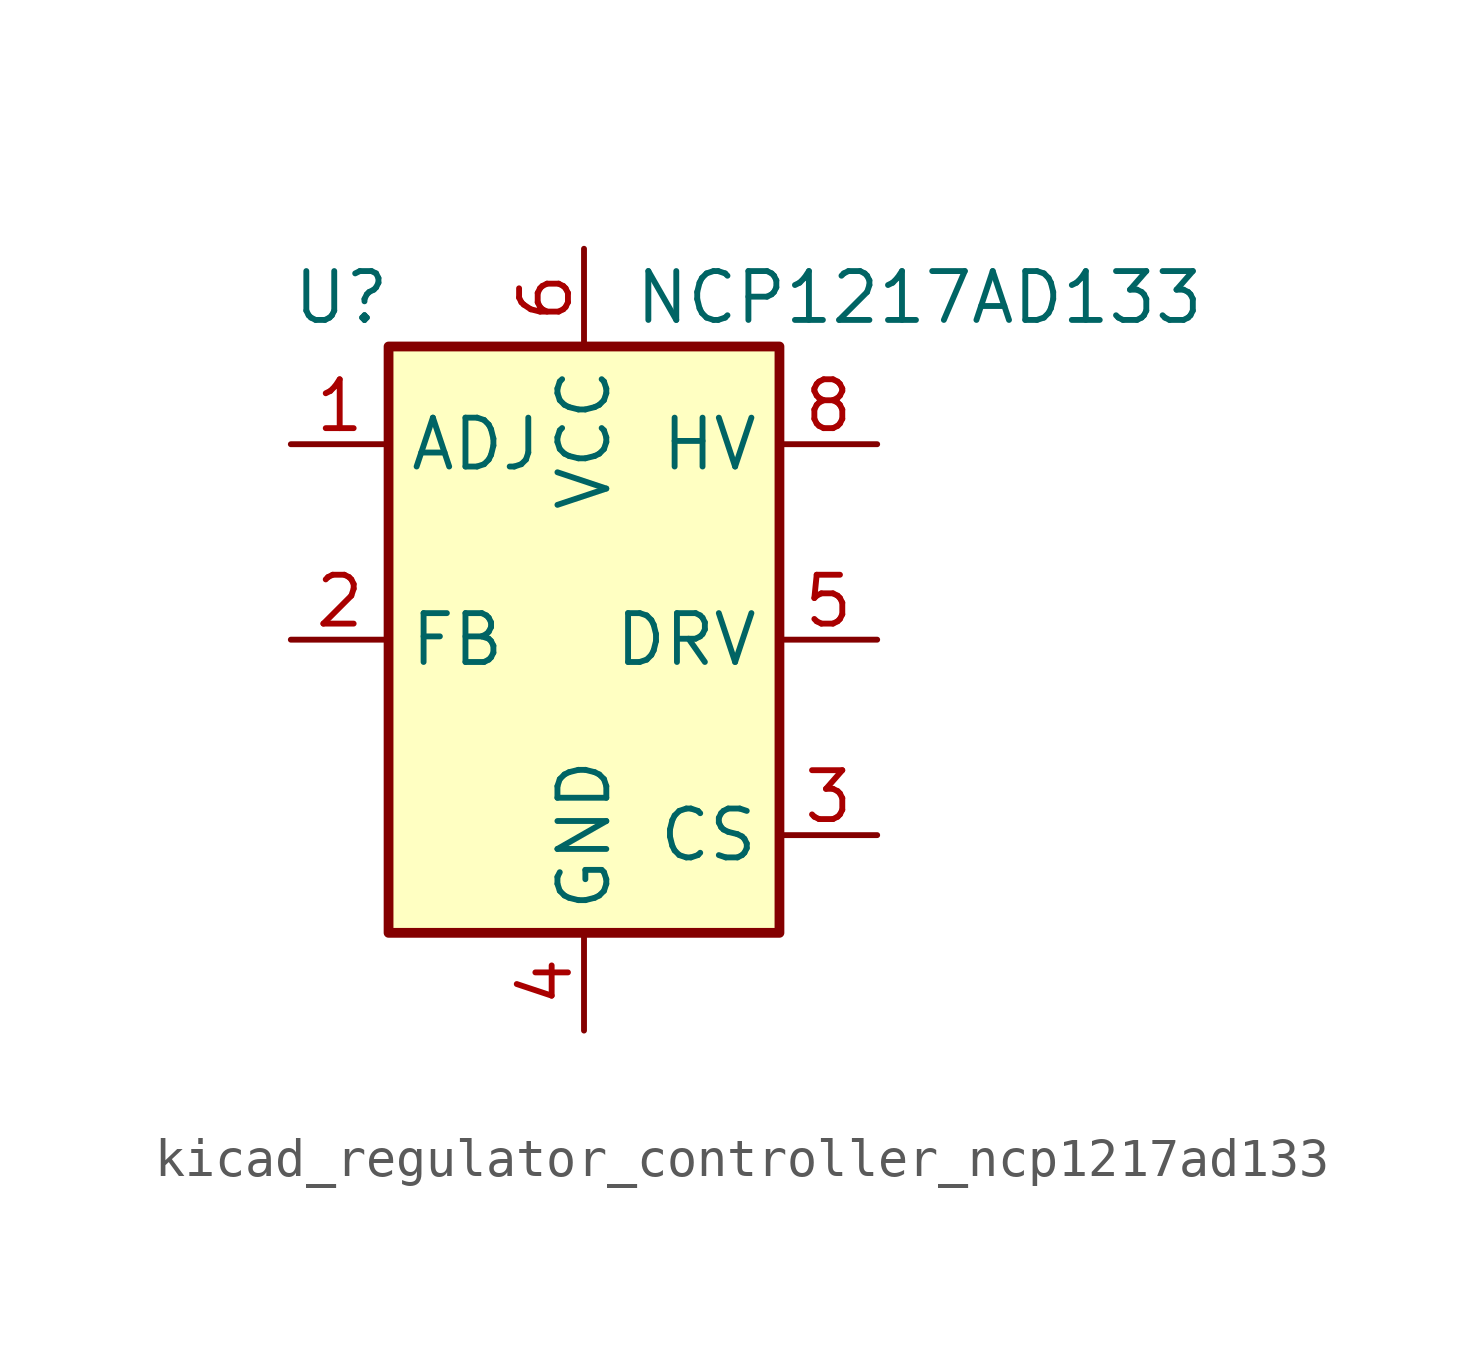
<source format=kicad_sym>
(kicad_symbol_lib
  (version 20220914)
  (generator kicad_symbol_editor)
  (symbol "kicad_regulator_controller_ncp1217ad133"
    (property "Reference" "U"
      (at -7.62 8.89 0)
      (effects (font (size 1.27 1.27)) (justify left)))
    (property "Value" "NCP1217AD133"
      (at 1.27 8.89 0)
      (effects (font (size 1.27 1.27)) (justify left)))
    (symbol "kicad_regulator_controller_ncp1217ad133_0_0"
      (rectangle (start -5.08 7.62) (end 5.08 -7.62) (stroke (width 0.254) (type default)) (fill (type background))))
    (symbol "kicad_regulator_controller_ncp1217ad133_1_1"
      (pin input line (at -7.62 5.08 0) (length 2.54) (name "ADJ" (effects (font (size 1.27 1.27)))) (number "1" (effects (font (size 1.27 1.27)))))
      (pin input line (at -7.62 0 0) (length 2.54) (name "FB" (effects (font (size 1.27 1.27)))) (number "2" (effects (font (size 1.27 1.27)))))
      (pin input line (at 7.62 -5.08 180) (length 2.54) (name "CS" (effects (font (size 1.27 1.27)))) (number "3" (effects (font (size 1.27 1.27)))))
      (pin power_in line (at 0 -10.16 90) (length 2.54) (name "GND" (effects (font (size 1.27 1.27)))) (number "4" (effects (font (size 1.27 1.27)))))
      (pin output line (at 7.62 0 180) (length 2.54) (name "DRV" (effects (font (size 1.27 1.27)))) (number "5" (effects (font (size 1.27 1.27)))))
      (pin power_in line (at 0 10.16 270) (length 2.54) (name "VCC" (effects (font (size 1.27 1.27)))) (number "6" (effects (font (size 1.27 1.27)))))
      (pin no_connect line (at -5.08 2.54 0) (length 2.54) hide (name "NC" (effects (font (size 1.27 1.27)))) (number "7" (effects (font (size 1.27 1.27)))))
      (pin input line (at 7.62 5.08 180) (length 2.54) (name "HV" (effects (font (size 1.27 1.27)))) (number "8" (effects (font (size 1.27 1.27))))))))
</source>
